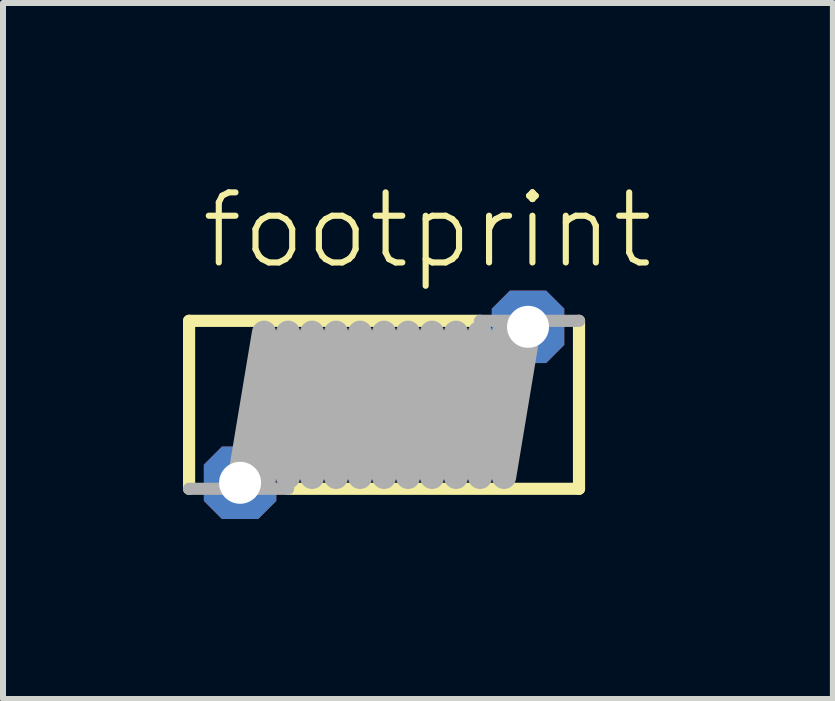
<source format=kicad_pcb>
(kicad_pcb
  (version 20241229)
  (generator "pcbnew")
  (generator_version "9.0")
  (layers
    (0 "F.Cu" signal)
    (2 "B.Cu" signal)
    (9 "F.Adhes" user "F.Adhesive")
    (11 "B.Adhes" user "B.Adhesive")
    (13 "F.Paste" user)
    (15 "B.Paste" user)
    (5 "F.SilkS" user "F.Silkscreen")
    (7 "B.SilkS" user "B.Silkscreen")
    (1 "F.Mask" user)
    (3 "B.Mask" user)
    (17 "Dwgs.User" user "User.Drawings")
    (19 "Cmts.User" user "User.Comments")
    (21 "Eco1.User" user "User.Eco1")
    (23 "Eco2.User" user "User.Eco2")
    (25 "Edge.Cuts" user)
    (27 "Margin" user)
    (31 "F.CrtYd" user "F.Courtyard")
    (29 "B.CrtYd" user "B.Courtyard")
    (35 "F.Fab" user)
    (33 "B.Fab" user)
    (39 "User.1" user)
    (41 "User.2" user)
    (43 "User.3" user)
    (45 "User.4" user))
  (footprint "footprint"
    (layer "F.Cu")
    (at 3.352 3.698)
    (property "Reference" "footprint" (at -3.1 -2.225 0) (layer "F.SilkS") (effects (font (size 1.168 1.168) (thickness 0.102)) (justify left bottom)))
    (fp_line (start -3.25 -1.4) (end -3.25 1.4) (stroke (width 0.203) (type solid)) (layer "F.SilkS"))
    (fp_line (start -1.6 1.4) (end 3.25 1.4) (stroke (width 0.203) (type solid)) (layer "F.SilkS"))
    (fp_line (start 1.6 -1.4) (end -3.25 -1.4) (stroke (width 0.203) (type solid)) (layer "F.SilkS"))
    (fp_line (start 3.25 1.4) (end 3.25 -1.4) (stroke (width 0.203) (type solid)) (layer "F.SilkS"))
    (fp_line (start -3.25 1.4) (end -1.6 1.4) (stroke (width 0.203) (type solid)) (layer "F.Fab"))
    (fp_line (start -2.4 1.2) (end -2 -1.2) (stroke (width 0.406) (type solid)) (layer "F.Fab"))
    (fp_line (start -2 1.2) (end -1.6 -1.2) (stroke (width 0.406) (type solid)) (layer "F.Fab"))
    (fp_line (start -1.6 1.2) (end -1.2 -1.2) (stroke (width 0.406) (type solid)) (layer "F.Fab"))
    (fp_line (start -1.2 1.2) (end -0.8 -1.2) (stroke (width 0.406) (type solid)) (layer "F.Fab"))
    (fp_line (start -0.8 1.2) (end -0.4 -1.2) (stroke (width 0.406) (type solid)) (layer "F.Fab"))
    (fp_line (start -0.4 1.2) (end 0 -1.2) (stroke (width 0.406) (type solid)) (layer "F.Fab"))
    (fp_line (start 0 1.2) (end 0.4 -1.2) (stroke (width 0.406) (type solid)) (layer "F.Fab"))
    (fp_line (start 0.4 1.2) (end 0.8 -1.2) (stroke (width 0.406) (type solid)) (layer "F.Fab"))
    (fp_line (start 0.8 1.2) (end 1.2 -1.2) (stroke (width 0.406) (type solid)) (layer "F.Fab"))
    (fp_line (start 1.2 1.2) (end 1.6 -1.2) (stroke (width 0.406) (type solid)) (layer "F.Fab"))
    (fp_line (start 1.6 1.2) (end 2 -1.2) (stroke (width 0.406) (type solid)) (layer "F.Fab"))
    (fp_line (start 2 1.2) (end 2.4 -1.2) (stroke (width 0.406) (type solid)) (layer "F.Fab"))
    (fp_line (start 3.25 -1.4) (end 1.6 -1.4) (stroke (width 0.203) (type solid)) (layer "F.Fab"))
    (pad "1" thru_hole roundrect (at -2.4 1.3) (size 1.208 1.208) (drill 0.7) (layers "*.Cu" "*.Mask") (roundrect_rratio 0.25) (chamfer_ratio 0.25) (chamfer top_left top_right bottom_left bottom_right))
    (pad "2" thru_hole roundrect (at 2.4 -1.3) (size 1.208 1.208) (drill 0.7) (layers "*.Cu" "*.Mask") (roundrect_rratio 0.25) (chamfer_ratio 0.25) (chamfer top_left top_right bottom_left bottom_right)))
  (gr_rect
    (start -3 -3)
    (end 10.834 8.602)
    (stroke (width 0.1) (type default))
    (fill no)
    (layer "Edge.Cuts")))
</source>
